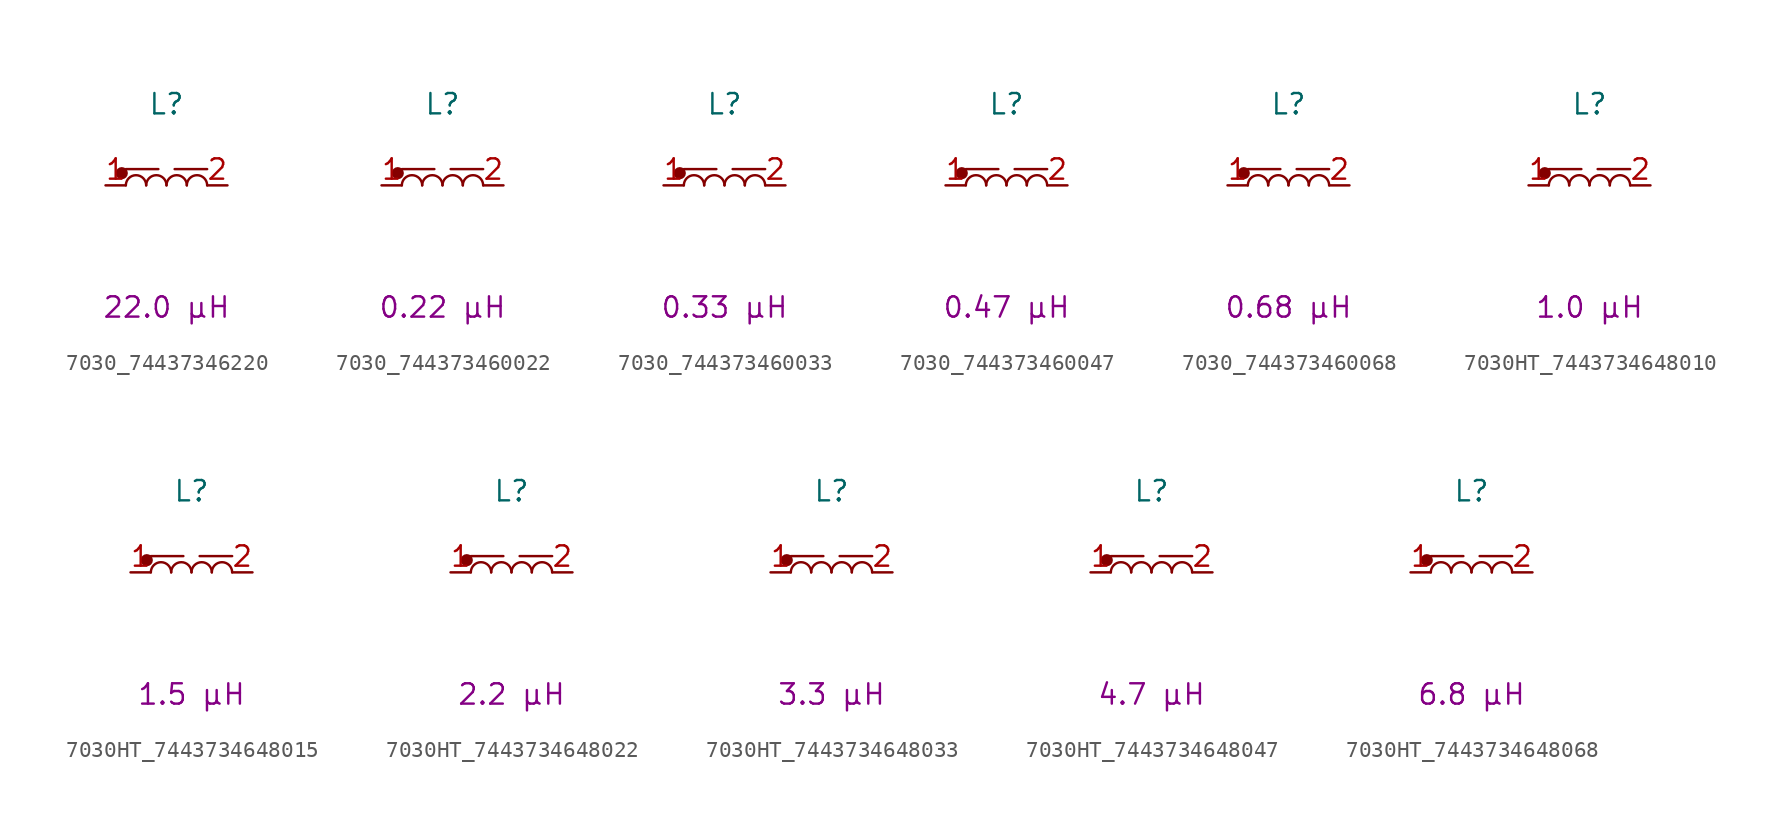
<source format=kicad_sym>
(kicad_symbol_lib
  (version 20220914)
  (generator kicad_symbol_editor)
  (symbol "7030_74437346220"
    (pin_names hide)
    (property "Reference" "L"
      (at 0 5.08 0)
      (effects (font (size 1.27 1.27))))
    (property "Critical Parameter" "22.0 µH"
      (at 0 -7.62 0)
      (effects (font (size 1.27 1.27))))
    (symbol "7030_74437346220_0_1"
      (arc (start -1.27 0) (mid -1.905 0.6323) (end -2.54 0) (stroke (width 0) (type default)) (fill (type none)))
      (arc (start 0 0) (mid -0.635 0.6323) (end -1.27 0) (stroke (width 0) (type default)) (fill (type none)))
      (polyline (pts (xy -2.54 1.016) (xy -0.508 1.016)) (stroke (width 0) (type default)) (fill (type none)))
      (arc (start 1.27 0) (mid 0.635 0.6323) (end 0 0) (stroke (width 0) (type default)) (fill (type none)))
      (arc (start 2.54 0) (mid 1.905 0.6323) (end 1.27 0) (stroke (width 0) (type default)) (fill (type none))))
    (symbol "7030_74437346220_1_1"
      (circle (center -2.794 0.762) (radius 0.0001) (stroke (width 0.381) (type default)) (fill (type none)))
      (polyline (pts (xy 2.54 1.016) (xy 0.508 1.016)) (stroke (width 0) (type default)) (fill (type none)))
      (pin passive line (at -3.81 0 0) (length 1.27) (name "1" (effects (font (size 1.27 1.27)))) (number "1" (effects (font (size 1.27 1.27)))))
      (pin passive line (at 3.81 0 180) (length 1.27) (name "2" (effects (font (size 1.27 1.27)))) (number "2" (effects (font (size 1.27 1.27)))))))
  (symbol "7030_744373460022"
    (pin_names hide)
    (property "Reference" "L"
      (at 0 5.08 0)
      (effects (font (size 1.27 1.27))))
    (property "Critical Parameter" "0.22 µH"
      (at 0 -7.62 0)
      (effects (font (size 1.27 1.27))))
    (symbol "7030_744373460022_0_1"
      (arc (start -1.27 0) (mid -1.905 0.6323) (end -2.54 0) (stroke (width 0) (type default)) (fill (type none)))
      (arc (start 0 0) (mid -0.635 0.6323) (end -1.27 0) (stroke (width 0) (type default)) (fill (type none)))
      (polyline (pts (xy -2.54 1.016) (xy -0.508 1.016)) (stroke (width 0) (type default)) (fill (type none)))
      (arc (start 1.27 0) (mid 0.635 0.6323) (end 0 0) (stroke (width 0) (type default)) (fill (type none)))
      (arc (start 2.54 0) (mid 1.905 0.6323) (end 1.27 0) (stroke (width 0) (type default)) (fill (type none))))
    (symbol "7030_744373460022_1_1"
      (circle (center -2.794 0.762) (radius 0.0001) (stroke (width 0.381) (type default)) (fill (type none)))
      (polyline (pts (xy 2.54 1.016) (xy 0.508 1.016)) (stroke (width 0) (type default)) (fill (type none)))
      (pin passive line (at -3.81 0 0) (length 1.27) (name "1" (effects (font (size 1.27 1.27)))) (number "1" (effects (font (size 1.27 1.27)))))
      (pin passive line (at 3.81 0 180) (length 1.27) (name "2" (effects (font (size 1.27 1.27)))) (number "2" (effects (font (size 1.27 1.27)))))))
  (symbol "7030_744373460033"
    (pin_names hide)
    (property "Reference" "L"
      (at 0 5.08 0)
      (effects (font (size 1.27 1.27))))
    (property "Critical Parameter" "0.33 µH"
      (at 0 -7.62 0)
      (effects (font (size 1.27 1.27))))
    (symbol "7030_744373460033_0_1"
      (arc (start -1.27 0) (mid -1.905 0.6323) (end -2.54 0) (stroke (width 0) (type default)) (fill (type none)))
      (arc (start 0 0) (mid -0.635 0.6323) (end -1.27 0) (stroke (width 0) (type default)) (fill (type none)))
      (polyline (pts (xy -2.54 1.016) (xy -0.508 1.016)) (stroke (width 0) (type default)) (fill (type none)))
      (arc (start 1.27 0) (mid 0.635 0.6323) (end 0 0) (stroke (width 0) (type default)) (fill (type none)))
      (arc (start 2.54 0) (mid 1.905 0.6323) (end 1.27 0) (stroke (width 0) (type default)) (fill (type none))))
    (symbol "7030_744373460033_1_1"
      (circle (center -2.794 0.762) (radius 0.0001) (stroke (width 0.381) (type default)) (fill (type none)))
      (polyline (pts (xy 2.54 1.016) (xy 0.508 1.016)) (stroke (width 0) (type default)) (fill (type none)))
      (pin passive line (at -3.81 0 0) (length 1.27) (name "1" (effects (font (size 1.27 1.27)))) (number "1" (effects (font (size 1.27 1.27)))))
      (pin passive line (at 3.81 0 180) (length 1.27) (name "2" (effects (font (size 1.27 1.27)))) (number "2" (effects (font (size 1.27 1.27)))))))
  (symbol "7030_744373460047"
    (pin_names hide)
    (property "Reference" "L"
      (at 0 5.08 0)
      (effects (font (size 1.27 1.27))))
    (property "Critical Parameter" "0.47 µH"
      (at 0 -7.62 0)
      (effects (font (size 1.27 1.27))))
    (symbol "7030_744373460047_0_1"
      (arc (start -1.27 0) (mid -1.905 0.6323) (end -2.54 0) (stroke (width 0) (type default)) (fill (type none)))
      (arc (start 0 0) (mid -0.635 0.6323) (end -1.27 0) (stroke (width 0) (type default)) (fill (type none)))
      (polyline (pts (xy -2.54 1.016) (xy -0.508 1.016)) (stroke (width 0) (type default)) (fill (type none)))
      (arc (start 1.27 0) (mid 0.635 0.6323) (end 0 0) (stroke (width 0) (type default)) (fill (type none)))
      (arc (start 2.54 0) (mid 1.905 0.6323) (end 1.27 0) (stroke (width 0) (type default)) (fill (type none))))
    (symbol "7030_744373460047_1_1"
      (circle (center -2.794 0.762) (radius 0.0001) (stroke (width 0.381) (type default)) (fill (type none)))
      (polyline (pts (xy 2.54 1.016) (xy 0.508 1.016)) (stroke (width 0) (type default)) (fill (type none)))
      (pin passive line (at -3.81 0 0) (length 1.27) (name "1" (effects (font (size 1.27 1.27)))) (number "1" (effects (font (size 1.27 1.27)))))
      (pin passive line (at 3.81 0 180) (length 1.27) (name "2" (effects (font (size 1.27 1.27)))) (number "2" (effects (font (size 1.27 1.27)))))))
  (symbol "7030_744373460068"
    (pin_names hide)
    (property "Reference" "L"
      (at 0 5.08 0)
      (effects (font (size 1.27 1.27))))
    (property "Critical Parameter" "0.68 µH"
      (at 0 -7.62 0)
      (effects (font (size 1.27 1.27))))
    (symbol "7030_744373460068_0_1"
      (arc (start -1.27 0) (mid -1.905 0.6323) (end -2.54 0) (stroke (width 0) (type default)) (fill (type none)))
      (arc (start 0 0) (mid -0.635 0.6323) (end -1.27 0) (stroke (width 0) (type default)) (fill (type none)))
      (polyline (pts (xy -2.54 1.016) (xy -0.508 1.016)) (stroke (width 0) (type default)) (fill (type none)))
      (arc (start 1.27 0) (mid 0.635 0.6323) (end 0 0) (stroke (width 0) (type default)) (fill (type none)))
      (arc (start 2.54 0) (mid 1.905 0.6323) (end 1.27 0) (stroke (width 0) (type default)) (fill (type none))))
    (symbol "7030_744373460068_1_1"
      (circle (center -2.794 0.762) (radius 0.0001) (stroke (width 0.381) (type default)) (fill (type none)))
      (polyline (pts (xy 2.54 1.016) (xy 0.508 1.016)) (stroke (width 0) (type default)) (fill (type none)))
      (pin passive line (at -3.81 0 0) (length 1.27) (name "1" (effects (font (size 1.27 1.27)))) (number "1" (effects (font (size 1.27 1.27)))))
      (pin passive line (at 3.81 0 180) (length 1.27) (name "2" (effects (font (size 1.27 1.27)))) (number "2" (effects (font (size 1.27 1.27)))))))
  (symbol "7030HT_7443734648010"
    (pin_names hide)
    (property "Reference" "L"
      (at 0 5.08 0)
      (effects (font (size 1.27 1.27))))
    (property "Critical Parameter" "1.0 µH"
      (at 0 -7.62 0)
      (effects (font (size 1.27 1.27))))
    (symbol "7030HT_7443734648010_0_1"
      (arc (start -1.27 0) (mid -1.905 0.6323) (end -2.54 0) (stroke (width 0) (type default)) (fill (type none)))
      (arc (start 0 0) (mid -0.635 0.6323) (end -1.27 0) (stroke (width 0) (type default)) (fill (type none)))
      (polyline (pts (xy -2.54 1.016) (xy -0.508 1.016)) (stroke (width 0) (type default)) (fill (type none)))
      (arc (start 1.27 0) (mid 0.635 0.6323) (end 0 0) (stroke (width 0) (type default)) (fill (type none)))
      (arc (start 2.54 0) (mid 1.905 0.6323) (end 1.27 0) (stroke (width 0) (type default)) (fill (type none))))
    (symbol "7030HT_7443734648010_1_1"
      (circle (center -2.794 0.762) (radius 0.0001) (stroke (width 0.381) (type default)) (fill (type none)))
      (polyline (pts (xy 2.54 1.016) (xy 0.508 1.016)) (stroke (width 0) (type default)) (fill (type none)))
      (pin passive line (at -3.81 0 0) (length 1.27) (name "1" (effects (font (size 1.27 1.27)))) (number "1" (effects (font (size 1.27 1.27)))))
      (pin passive line (at 3.81 0 180) (length 1.27) (name "2" (effects (font (size 1.27 1.27)))) (number "2" (effects (font (size 1.27 1.27)))))))
  (symbol "7030HT_7443734648015"
    (pin_names hide)
    (property "Reference" "L"
      (at 0 5.08 0)
      (effects (font (size 1.27 1.27))))
    (property "Critical Parameter" "1.5 µH"
      (at 0 -7.62 0)
      (effects (font (size 1.27 1.27))))
    (symbol "7030HT_7443734648015_0_1"
      (arc (start -1.27 0) (mid -1.905 0.6323) (end -2.54 0) (stroke (width 0) (type default)) (fill (type none)))
      (arc (start 0 0) (mid -0.635 0.6323) (end -1.27 0) (stroke (width 0) (type default)) (fill (type none)))
      (polyline (pts (xy -2.54 1.016) (xy -0.508 1.016)) (stroke (width 0) (type default)) (fill (type none)))
      (arc (start 1.27 0) (mid 0.635 0.6323) (end 0 0) (stroke (width 0) (type default)) (fill (type none)))
      (arc (start 2.54 0) (mid 1.905 0.6323) (end 1.27 0) (stroke (width 0) (type default)) (fill (type none))))
    (symbol "7030HT_7443734648015_1_1"
      (circle (center -2.794 0.762) (radius 0.0001) (stroke (width 0.381) (type default)) (fill (type none)))
      (polyline (pts (xy 2.54 1.016) (xy 0.508 1.016)) (stroke (width 0) (type default)) (fill (type none)))
      (pin passive line (at -3.81 0 0) (length 1.27) (name "1" (effects (font (size 1.27 1.27)))) (number "1" (effects (font (size 1.27 1.27)))))
      (pin passive line (at 3.81 0 180) (length 1.27) (name "2" (effects (font (size 1.27 1.27)))) (number "2" (effects (font (size 1.27 1.27)))))))
  (symbol "7030HT_7443734648022"
    (pin_names hide)
    (property "Reference" "L"
      (at 0 5.08 0)
      (effects (font (size 1.27 1.27))))
    (property "Critical Parameter" "2.2 µH"
      (at 0 -7.62 0)
      (effects (font (size 1.27 1.27))))
    (symbol "7030HT_7443734648022_0_1"
      (arc (start -1.27 0) (mid -1.905 0.6323) (end -2.54 0) (stroke (width 0) (type default)) (fill (type none)))
      (arc (start 0 0) (mid -0.635 0.6323) (end -1.27 0) (stroke (width 0) (type default)) (fill (type none)))
      (polyline (pts (xy -2.54 1.016) (xy -0.508 1.016)) (stroke (width 0) (type default)) (fill (type none)))
      (arc (start 1.27 0) (mid 0.635 0.6323) (end 0 0) (stroke (width 0) (type default)) (fill (type none)))
      (arc (start 2.54 0) (mid 1.905 0.6323) (end 1.27 0) (stroke (width 0) (type default)) (fill (type none))))
    (symbol "7030HT_7443734648022_1_1"
      (circle (center -2.794 0.762) (radius 0.0001) (stroke (width 0.381) (type default)) (fill (type none)))
      (polyline (pts (xy 2.54 1.016) (xy 0.508 1.016)) (stroke (width 0) (type default)) (fill (type none)))
      (pin passive line (at -3.81 0 0) (length 1.27) (name "1" (effects (font (size 1.27 1.27)))) (number "1" (effects (font (size 1.27 1.27)))))
      (pin passive line (at 3.81 0 180) (length 1.27) (name "2" (effects (font (size 1.27 1.27)))) (number "2" (effects (font (size 1.27 1.27)))))))
  (symbol "7030HT_7443734648033"
    (pin_names hide)
    (property "Reference" "L"
      (at 0 5.08 0)
      (effects (font (size 1.27 1.27))))
    (property "Critical Parameter" "3.3 µH"
      (at 0 -7.62 0)
      (effects (font (size 1.27 1.27))))
    (symbol "7030HT_7443734648033_0_1"
      (arc (start -1.27 0) (mid -1.905 0.6323) (end -2.54 0) (stroke (width 0) (type default)) (fill (type none)))
      (arc (start 0 0) (mid -0.635 0.6323) (end -1.27 0) (stroke (width 0) (type default)) (fill (type none)))
      (polyline (pts (xy -2.54 1.016) (xy -0.508 1.016)) (stroke (width 0) (type default)) (fill (type none)))
      (arc (start 1.27 0) (mid 0.635 0.6323) (end 0 0) (stroke (width 0) (type default)) (fill (type none)))
      (arc (start 2.54 0) (mid 1.905 0.6323) (end 1.27 0) (stroke (width 0) (type default)) (fill (type none))))
    (symbol "7030HT_7443734648033_1_1"
      (circle (center -2.794 0.762) (radius 0.0001) (stroke (width 0.381) (type default)) (fill (type none)))
      (polyline (pts (xy 2.54 1.016) (xy 0.508 1.016)) (stroke (width 0) (type default)) (fill (type none)))
      (pin passive line (at -3.81 0 0) (length 1.27) (name "1" (effects (font (size 1.27 1.27)))) (number "1" (effects (font (size 1.27 1.27)))))
      (pin passive line (at 3.81 0 180) (length 1.27) (name "2" (effects (font (size 1.27 1.27)))) (number "2" (effects (font (size 1.27 1.27)))))))
  (symbol "7030HT_7443734648047"
    (pin_names hide)
    (property "Reference" "L"
      (at 0 5.08 0)
      (effects (font (size 1.27 1.27))))
    (property "Critical Parameter" "4.7 µH"
      (at 0 -7.62 0)
      (effects (font (size 1.27 1.27))))
    (symbol "7030HT_7443734648047_0_1"
      (arc (start -1.27 0) (mid -1.905 0.6323) (end -2.54 0) (stroke (width 0) (type default)) (fill (type none)))
      (arc (start 0 0) (mid -0.635 0.6323) (end -1.27 0) (stroke (width 0) (type default)) (fill (type none)))
      (polyline (pts (xy -2.54 1.016) (xy -0.508 1.016)) (stroke (width 0) (type default)) (fill (type none)))
      (arc (start 1.27 0) (mid 0.635 0.6323) (end 0 0) (stroke (width 0) (type default)) (fill (type none)))
      (arc (start 2.54 0) (mid 1.905 0.6323) (end 1.27 0) (stroke (width 0) (type default)) (fill (type none))))
    (symbol "7030HT_7443734648047_1_1"
      (circle (center -2.794 0.762) (radius 0.0001) (stroke (width 0.381) (type default)) (fill (type none)))
      (polyline (pts (xy 2.54 1.016) (xy 0.508 1.016)) (stroke (width 0) (type default)) (fill (type none)))
      (pin passive line (at -3.81 0 0) (length 1.27) (name "1" (effects (font (size 1.27 1.27)))) (number "1" (effects (font (size 1.27 1.27)))))
      (pin passive line (at 3.81 0 180) (length 1.27) (name "2" (effects (font (size 1.27 1.27)))) (number "2" (effects (font (size 1.27 1.27)))))))
  (symbol "7030HT_7443734648068"
    (pin_names hide)
    (property "Reference" "L"
      (at 0 5.08 0)
      (effects (font (size 1.27 1.27))))
    (property "Critical Parameter" "6.8 µH"
      (at 0 -7.62 0)
      (effects (font (size 1.27 1.27))))
    (symbol "7030HT_7443734648068_0_1"
      (arc (start -1.27 0) (mid -1.905 0.6323) (end -2.54 0) (stroke (width 0) (type default)) (fill (type none)))
      (arc (start 0 0) (mid -0.635 0.6323) (end -1.27 0) (stroke (width 0) (type default)) (fill (type none)))
      (polyline (pts (xy -2.54 1.016) (xy -0.508 1.016)) (stroke (width 0) (type default)) (fill (type none)))
      (arc (start 1.27 0) (mid 0.635 0.6323) (end 0 0) (stroke (width 0) (type default)) (fill (type none)))
      (arc (start 2.54 0) (mid 1.905 0.6323) (end 1.27 0) (stroke (width 0) (type default)) (fill (type none))))
    (symbol "7030HT_7443734648068_1_1"
      (circle (center -2.794 0.762) (radius 0.0001) (stroke (width 0.381) (type default)) (fill (type none)))
      (polyline (pts (xy 2.54 1.016) (xy 0.508 1.016)) (stroke (width 0) (type default)) (fill (type none)))
      (pin passive line (at -3.81 0 0) (length 1.27) (name "1" (effects (font (size 1.27 1.27)))) (number "1" (effects (font (size 1.27 1.27)))))
      (pin passive line (at 3.81 0 180) (length 1.27) (name "2" (effects (font (size 1.27 1.27)))) (number "2" (effects (font (size 1.27 1.27))))))))
</source>
